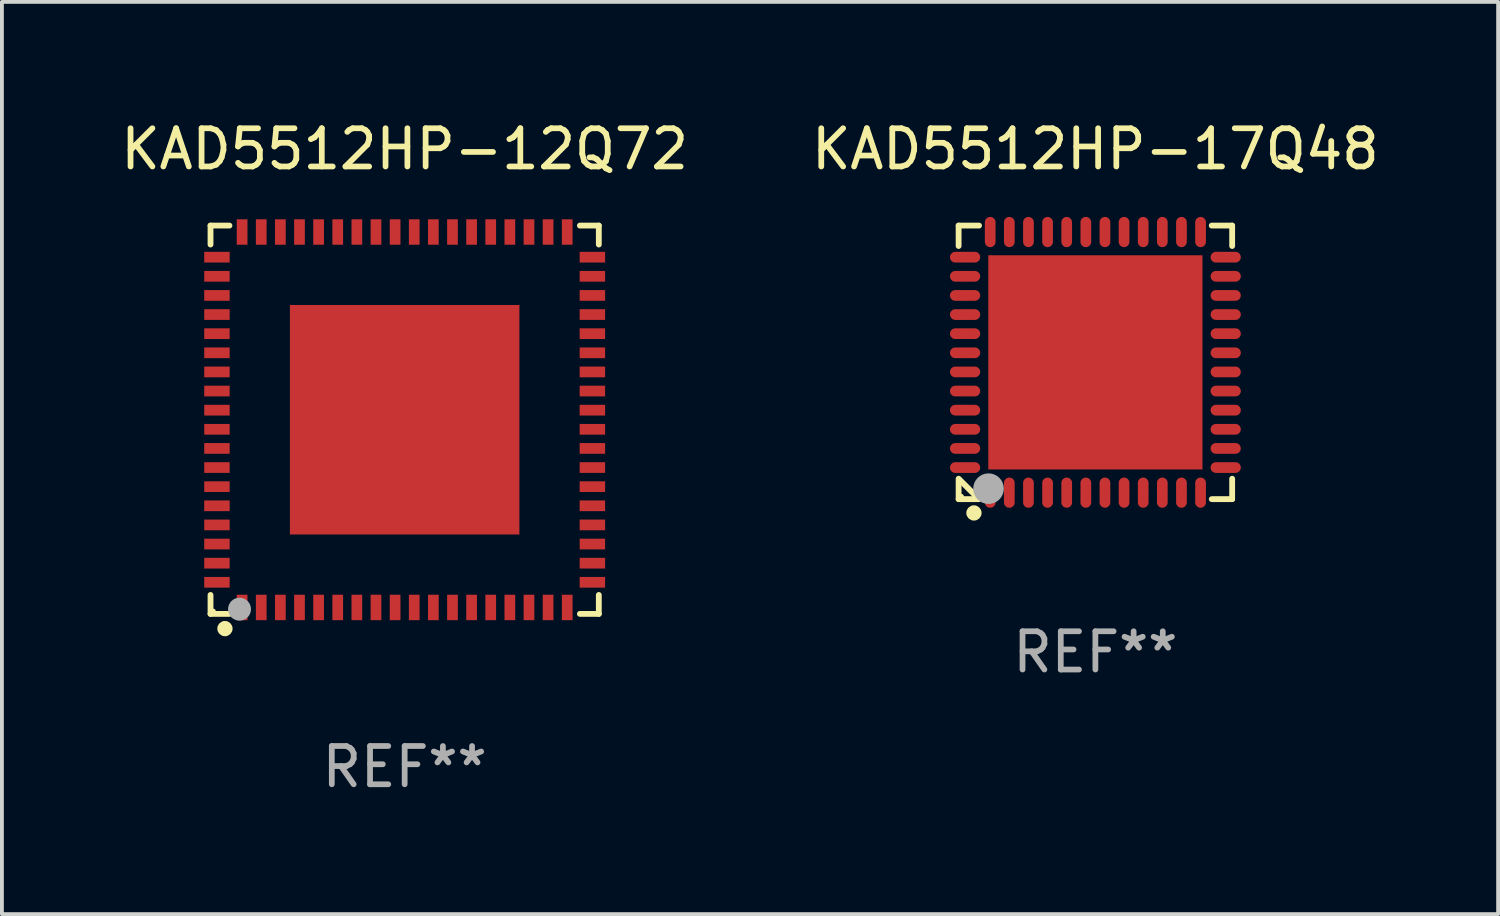
<source format=kicad_pcb>
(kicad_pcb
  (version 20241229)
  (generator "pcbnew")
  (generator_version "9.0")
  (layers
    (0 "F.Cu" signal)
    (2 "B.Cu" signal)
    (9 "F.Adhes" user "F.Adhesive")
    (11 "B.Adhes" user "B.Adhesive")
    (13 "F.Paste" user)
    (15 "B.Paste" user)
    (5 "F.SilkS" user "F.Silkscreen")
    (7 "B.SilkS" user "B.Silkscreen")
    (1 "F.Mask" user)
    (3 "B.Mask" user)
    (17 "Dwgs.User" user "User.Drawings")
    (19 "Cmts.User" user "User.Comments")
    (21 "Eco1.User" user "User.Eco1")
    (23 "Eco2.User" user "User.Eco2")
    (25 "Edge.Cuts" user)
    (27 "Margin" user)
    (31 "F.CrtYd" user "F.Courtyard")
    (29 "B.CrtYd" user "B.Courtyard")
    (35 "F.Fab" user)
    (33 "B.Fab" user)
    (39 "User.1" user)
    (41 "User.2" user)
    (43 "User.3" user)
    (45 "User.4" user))
  (footprint "KAD5512HP-12Q72"
    (layer "F.Cu")
    (at 7.53 7.924)
    (property "Reference" "KAD5512HP-12Q72" (at 0 -7.076 0) (layer "F.SilkS") (effects (font (size 1 1) (thickness 0.15))))
    (attr through_hole)
    (fp_line (start -5.076 -5.076) (end -4.581 -5.076) (stroke (width 0.152) (type solid)) (layer "F.SilkS"))
    (fp_line (start -5.076 -4.581) (end -5.076 -5.076) (stroke (width 0.152) (type solid)) (layer "F.SilkS"))
    (fp_line (start -5.076 4.581) (end -5.076 5.076) (stroke (width 0.152) (type solid)) (layer "F.SilkS"))
    (fp_line (start -5.076 5.076) (end -4.581 5.076) (stroke (width 0.152) (type solid)) (layer "F.SilkS"))
    (fp_line (start 5.076 -5.076) (end 4.581 -5.076) (stroke (width 0.152) (type solid)) (layer "F.SilkS"))
    (fp_line (start 5.076 -4.581) (end 5.076 -5.076) (stroke (width 0.152) (type solid)) (layer "F.SilkS"))
    (fp_line (start 5.076 4.581) (end 5.076 5.076) (stroke (width 0.152) (type solid)) (layer "F.SilkS"))
    (fp_line (start 5.076 5.076) (end 4.581 5.076) (stroke (width 0.152) (type solid)) (layer "F.SilkS"))
    (fp_circle (center -5 5) (end -4.97 5) (stroke (width 0.06) (type solid)) (fill no) (layer "F.SilkS"))
    (fp_circle (center -4.699 5.461) (end -4.599 5.461) (stroke (width 0.2) (type solid)) (fill no) (layer "F.SilkS"))
    (fp_circle (center -4.318 4.953) (end -4.168 4.953) (stroke (width 0.3) (type solid)) (fill no) (layer "F.Fab"))
    (fp_text user "REF**" (at 0 9.076 0) (layer "F.Fab") (effects (font (size 1 1) (thickness 0.15))))
    (pad "1" smd rect (at -4.25 4.908) (size 0.28 0.665) (layers "F.Cu" "F.Mask" "F.Paste"))
    (pad "2" smd rect (at -3.75 4.908) (size 0.28 0.665) (layers "F.Cu" "F.Mask" "F.Paste"))
    (pad "3" smd rect (at -3.25 4.908) (size 0.28 0.665) (layers "F.Cu" "F.Mask" "F.Paste"))
    (pad "4" smd rect (at -2.75 4.908) (size 0.28 0.665) (layers "F.Cu" "F.Mask" "F.Paste"))
    (pad "5" smd rect (at -2.25 4.908) (size 0.28 0.665) (layers "F.Cu" "F.Mask" "F.Paste"))
    (pad "6" smd rect (at -1.75 4.908) (size 0.28 0.665) (layers "F.Cu" "F.Mask" "F.Paste"))
    (pad "7" smd rect (at -1.25 4.908) (size 0.28 0.665) (layers "F.Cu" "F.Mask" "F.Paste"))
    (pad "8" smd rect (at -0.75 4.908) (size 0.28 0.665) (layers "F.Cu" "F.Mask" "F.Paste"))
    (pad "9" smd rect (at -0.25 4.908) (size 0.28 0.665) (layers "F.Cu" "F.Mask" "F.Paste"))
    (pad "10" smd rect (at 0.25 4.908) (size 0.28 0.665) (layers "F.Cu" "F.Mask" "F.Paste"))
    (pad "11" smd rect (at 0.75 4.908) (size 0.28 0.665) (layers "F.Cu" "F.Mask" "F.Paste"))
    (pad "12" smd rect (at 1.25 4.908) (size 0.28 0.665) (layers "F.Cu" "F.Mask" "F.Paste"))
    (pad "13" smd rect (at 1.75 4.908) (size 0.28 0.665) (layers "F.Cu" "F.Mask" "F.Paste"))
    (pad "14" smd rect (at 2.25 4.908) (size 0.28 0.665) (layers "F.Cu" "F.Mask" "F.Paste"))
    (pad "15" smd rect (at 2.75 4.908) (size 0.28 0.665) (layers "F.Cu" "F.Mask" "F.Paste"))
    (pad "16" smd rect (at 3.25 4.908) (size 0.28 0.665) (layers "F.Cu" "F.Mask" "F.Paste"))
    (pad "17" smd rect (at 3.75 4.908) (size 0.28 0.665) (layers "F.Cu" "F.Mask" "F.Paste"))
    (pad "18" smd rect (at 4.25 4.908) (size 0.28 0.665) (layers "F.Cu" "F.Mask" "F.Paste"))
    (pad "19" smd rect (at 4.908 4.25) (size 0.665 0.28) (layers "F.Cu" "F.Mask" "F.Paste"))
    (pad "20" smd rect (at 4.908 3.75) (size 0.665 0.28) (layers "F.Cu" "F.Mask" "F.Paste"))
    (pad "21" smd rect (at 4.908 3.25) (size 0.665 0.28) (layers "F.Cu" "F.Mask" "F.Paste"))
    (pad "22" smd rect (at 4.908 2.75) (size 0.665 0.28) (layers "F.Cu" "F.Mask" "F.Paste"))
    (pad "23" smd rect (at 4.908 2.25) (size 0.665 0.28) (layers "F.Cu" "F.Mask" "F.Paste"))
    (pad "24" smd rect (at 4.908 1.75) (size 0.665 0.28) (layers "F.Cu" "F.Mask" "F.Paste"))
    (pad "25" smd rect (at 4.908 1.25) (size 0.665 0.28) (layers "F.Cu" "F.Mask" "F.Paste"))
    (pad "26" smd rect (at 4.908 0.75) (size 0.665 0.28) (layers "F.Cu" "F.Mask" "F.Paste"))
    (pad "27" smd rect (at 4.908 0.25) (size 0.665 0.28) (layers "F.Cu" "F.Mask" "F.Paste"))
    (pad "28" smd rect (at 4.908 -0.25) (size 0.665 0.28) (layers "F.Cu" "F.Mask" "F.Paste"))
    (pad "29" smd rect (at 4.908 -0.75) (size 0.665 0.28) (layers "F.Cu" "F.Mask" "F.Paste"))
    (pad "30" smd rect (at 4.908 -1.25) (size 0.665 0.28) (layers "F.Cu" "F.Mask" "F.Paste"))
    (pad "31" smd rect (at 4.908 -1.75) (size 0.665 0.28) (layers "F.Cu" "F.Mask" "F.Paste"))
    (pad "32" smd rect (at 4.908 -2.25) (size 0.665 0.28) (layers "F.Cu" "F.Mask" "F.Paste"))
    (pad "33" smd rect (at 4.908 -2.75) (size 0.665 0.28) (layers "F.Cu" "F.Mask" "F.Paste"))
    (pad "34" smd rect (at 4.908 -3.25) (size 0.665 0.28) (layers "F.Cu" "F.Mask" "F.Paste"))
    (pad "35" smd rect (at 4.908 -3.75) (size 0.665 0.28) (layers "F.Cu" "F.Mask" "F.Paste"))
    (pad "36" smd rect (at 4.908 -4.25) (size 0.665 0.28) (layers "F.Cu" "F.Mask" "F.Paste"))
    (pad "37" smd rect (at 4.25 -4.908) (size 0.28 0.665) (layers "F.Cu" "F.Mask" "F.Paste"))
    (pad "38" smd rect (at 3.75 -4.908) (size 0.28 0.665) (layers "F.Cu" "F.Mask" "F.Paste"))
    (pad "39" smd rect (at 3.25 -4.908) (size 0.28 0.665) (layers "F.Cu" "F.Mask" "F.Paste"))
    (pad "40" smd rect (at 2.75 -4.908) (size 0.28 0.665) (layers "F.Cu" "F.Mask" "F.Paste"))
    (pad "41" smd rect (at 2.25 -4.908) (size 0.28 0.665) (layers "F.Cu" "F.Mask" "F.Paste"))
    (pad "42" smd rect (at 1.75 -4.908) (size 0.28 0.665) (layers "F.Cu" "F.Mask" "F.Paste"))
    (pad "43" smd rect (at 1.25 -4.908) (size 0.28 0.665) (layers "F.Cu" "F.Mask" "F.Paste"))
    (pad "44" smd rect (at 0.75 -4.908) (size 0.28 0.665) (layers "F.Cu" "F.Mask" "F.Paste"))
    (pad "45" smd rect (at 0.25 -4.908) (size 0.28 0.665) (layers "F.Cu" "F.Mask" "F.Paste"))
    (pad "46" smd rect (at -0.25 -4.908) (size 0.28 0.665) (layers "F.Cu" "F.Mask" "F.Paste"))
    (pad "47" smd rect (at -0.75 -4.908) (size 0.28 0.665) (layers "F.Cu" "F.Mask" "F.Paste"))
    (pad "48" smd rect (at -1.25 -4.908) (size 0.28 0.665) (layers "F.Cu" "F.Mask" "F.Paste"))
    (pad "49" smd rect (at -1.75 -4.908) (size 0.28 0.665) (layers "F.Cu" "F.Mask" "F.Paste"))
    (pad "50" smd rect (at -2.25 -4.908) (size 0.28 0.665) (layers "F.Cu" "F.Mask" "F.Paste"))
    (pad "51" smd rect (at -2.75 -4.908) (size 0.28 0.665) (layers "F.Cu" "F.Mask" "F.Paste"))
    (pad "52" smd rect (at -3.25 -4.908) (size 0.28 0.665) (layers "F.Cu" "F.Mask" "F.Paste"))
    (pad "53" smd rect (at -3.75 -4.908) (size 0.28 0.665) (layers "F.Cu" "F.Mask" "F.Paste"))
    (pad "54" smd rect (at -4.25 -4.908) (size 0.28 0.665) (layers "F.Cu" "F.Mask" "F.Paste"))
    (pad "55" smd rect (at -4.908 -4.25) (size 0.665 0.28) (layers "F.Cu" "F.Mask" "F.Paste"))
    (pad "56" smd rect (at -4.908 -3.75) (size 0.665 0.28) (layers "F.Cu" "F.Mask" "F.Paste"))
    (pad "57" smd rect (at -4.908 -3.25) (size 0.665 0.28) (layers "F.Cu" "F.Mask" "F.Paste"))
    (pad "58" smd rect (at -4.908 -2.75) (size 0.665 0.28) (layers "F.Cu" "F.Mask" "F.Paste"))
    (pad "59" smd rect (at -4.908 -2.25) (size 0.665 0.28) (layers "F.Cu" "F.Mask" "F.Paste"))
    (pad "60" smd rect (at -4.908 -1.75) (size 0.665 0.28) (layers "F.Cu" "F.Mask" "F.Paste"))
    (pad "61" smd rect (at -4.908 -1.25) (size 0.665 0.28) (layers "F.Cu" "F.Mask" "F.Paste"))
    (pad "62" smd rect (at -4.908 -0.75) (size 0.665 0.28) (layers "F.Cu" "F.Mask" "F.Paste"))
    (pad "63" smd rect (at -4.908 -0.25) (size 0.665 0.28) (layers "F.Cu" "F.Mask" "F.Paste"))
    (pad "64" smd rect (at -4.908 0.25) (size 0.665 0.28) (layers "F.Cu" "F.Mask" "F.Paste"))
    (pad "65" smd rect (at -4.908 0.75) (size 0.665 0.28) (layers "F.Cu" "F.Mask" "F.Paste"))
    (pad "66" smd rect (at -4.908 1.25) (size 0.665 0.28) (layers "F.Cu" "F.Mask" "F.Paste"))
    (pad "67" smd rect (at -4.908 1.75) (size 0.665 0.28) (layers "F.Cu" "F.Mask" "F.Paste"))
    (pad "68" smd rect (at -4.908 2.25) (size 0.665 0.28) (layers "F.Cu" "F.Mask" "F.Paste"))
    (pad "69" smd rect (at -4.908 2.75) (size 0.665 0.28) (layers "F.Cu" "F.Mask" "F.Paste"))
    (pad "70" smd rect (at -4.908 3.25) (size 0.665 0.28) (layers "F.Cu" "F.Mask" "F.Paste"))
    (pad "71" smd rect (at -4.908 3.75) (size 0.665 0.28) (layers "F.Cu" "F.Mask" "F.Paste"))
    (pad "72" smd rect (at -4.908 4.25) (size 0.665 0.28) (layers "F.Cu" "F.Mask" "F.Paste"))
    (pad "73" smd rect (at 0 0) (size 6 6) (layers "F.Cu" "F.Mask" "F.Paste")))
  (footprint "KAD5512HP-17Q48"
    (layer "F.Cu")
    (at 25.589 6.424)
    (property "Reference" "KAD5512HP-17Q48" (at 0 -5.576 0) (layer "F.SilkS") (effects (font (size 1 1) (thickness 0.15))))
    (attr through_hole)
    (fp_line (start -3.576 -3.576) (end -3.576 -3.042) (stroke (width 0.152) (type solid)) (layer "F.SilkS"))
    (fp_line (start -3.576 3.576) (end -3.576 3.042) (stroke (width 0.152) (type solid)) (layer "F.SilkS"))
    (fp_line (start -3.069 3.549) (end -3.549 3.069) (stroke (width 0.152) (type solid)) (layer "F.SilkS"))
    (fp_line (start -3.042 -3.576) (end -3.576 -3.576) (stroke (width 0.152) (type solid)) (layer "F.SilkS"))
    (fp_line (start -3.042 3.576) (end -3.576 3.576) (stroke (width 0.152) (type solid)) (layer "F.SilkS"))
    (fp_line (start 3.042 -3.576) (end 3.576 -3.576) (stroke (width 0.152) (type solid)) (layer "F.SilkS"))
    (fp_line (start 3.042 3.576) (end 3.576 3.576) (stroke (width 0.152) (type solid)) (layer "F.SilkS"))
    (fp_line (start 3.576 -3.576) (end 3.576 -3.042) (stroke (width 0.152) (type solid)) (layer "F.SilkS"))
    (fp_line (start 3.576 3.576) (end 3.576 3.042) (stroke (width 0.152) (type solid)) (layer "F.SilkS"))
    (fp_circle (center -3.5 3.5) (end -3.47 3.5) (stroke (width 0.06) (type solid)) (fill no) (layer "F.SilkS"))
    (fp_circle (center -3.175 3.937) (end -3.075 3.937) (stroke (width 0.2) (type solid)) (fill no) (layer "F.SilkS"))
    (fp_circle (center -2.794 3.302) (end -2.594 3.302) (stroke (width 0.4) (type solid)) (fill no) (layer "F.Fab"))
    (fp_text user "REF**" (at 0 7.576 0) (layer "F.Fab") (effects (font (size 1 1) (thickness 0.15))))
    (pad "1" smd oval (at -2.75 3.407) (size 0.28 0.79) (layers "F.Cu" "F.Mask" "F.Paste"))
    (pad "2" smd oval (at -2.25 3.407) (size 0.28 0.79) (layers "F.Cu" "F.Mask" "F.Paste"))
    (pad "3" smd oval (at -1.75 3.407) (size 0.28 0.79) (layers "F.Cu" "F.Mask" "F.Paste"))
    (pad "4" smd oval (at -1.25 3.407) (size 0.28 0.79) (layers "F.Cu" "F.Mask" "F.Paste"))
    (pad "5" smd oval (at -0.75 3.407) (size 0.28 0.79) (layers "F.Cu" "F.Mask" "F.Paste"))
    (pad "6" smd oval (at -0.25 3.407) (size 0.28 0.79) (layers "F.Cu" "F.Mask" "F.Paste"))
    (pad "7" smd oval (at 0.25 3.407) (size 0.28 0.79) (layers "F.Cu" "F.Mask" "F.Paste"))
    (pad "8" smd oval (at 0.75 3.407) (size 0.28 0.79) (layers "F.Cu" "F.Mask" "F.Paste"))
    (pad "9" smd oval (at 1.25 3.407) (size 0.28 0.79) (layers "F.Cu" "F.Mask" "F.Paste"))
    (pad "10" smd oval (at 1.75 3.407) (size 0.28 0.79) (layers "F.Cu" "F.Mask" "F.Paste"))
    (pad "11" smd oval (at 2.25 3.407) (size 0.28 0.79) (layers "F.Cu" "F.Mask" "F.Paste"))
    (pad "12" smd oval (at 2.75 3.407) (size 0.28 0.79) (layers "F.Cu" "F.Mask" "F.Paste"))
    (pad "13" smd oval (at 3.407 2.75) (size 0.79 0.28) (layers "F.Cu" "F.Mask" "F.Paste"))
    (pad "14" smd oval (at 3.407 2.25) (size 0.79 0.28) (layers "F.Cu" "F.Mask" "F.Paste"))
    (pad "15" smd oval (at 3.407 1.75) (size 0.79 0.28) (layers "F.Cu" "F.Mask" "F.Paste"))
    (pad "16" smd oval (at 3.407 1.25) (size 0.79 0.28) (layers "F.Cu" "F.Mask" "F.Paste"))
    (pad "17" smd oval (at 3.407 0.75) (size 0.79 0.28) (layers "F.Cu" "F.Mask" "F.Paste"))
    (pad "18" smd oval (at 3.407 0.25) (size 0.79 0.28) (layers "F.Cu" "F.Mask" "F.Paste"))
    (pad "19" smd oval (at 3.407 -0.25) (size 0.79 0.28) (layers "F.Cu" "F.Mask" "F.Paste"))
    (pad "20" smd oval (at 3.407 -0.75) (size 0.79 0.28) (layers "F.Cu" "F.Mask" "F.Paste"))
    (pad "21" smd oval (at 3.407 -1.25) (size 0.79 0.28) (layers "F.Cu" "F.Mask" "F.Paste"))
    (pad "22" smd oval (at 3.407 -1.75) (size 0.79 0.28) (layers "F.Cu" "F.Mask" "F.Paste"))
    (pad "23" smd oval (at 3.407 -2.25) (size 0.79 0.28) (layers "F.Cu" "F.Mask" "F.Paste"))
    (pad "24" smd oval (at 3.407 -2.75) (size 0.79 0.28) (layers "F.Cu" "F.Mask" "F.Paste"))
    (pad "25" smd oval (at 2.75 -3.407) (size 0.28 0.79) (layers "F.Cu" "F.Mask" "F.Paste"))
    (pad "26" smd oval (at 2.25 -3.407) (size 0.28 0.79) (layers "F.Cu" "F.Mask" "F.Paste"))
    (pad "27" smd oval (at 1.75 -3.407) (size 0.28 0.79) (layers "F.Cu" "F.Mask" "F.Paste"))
    (pad "28" smd oval (at 1.25 -3.407) (size 0.28 0.79) (layers "F.Cu" "F.Mask" "F.Paste"))
    (pad "29" smd oval (at 0.75 -3.407) (size 0.28 0.79) (layers "F.Cu" "F.Mask" "F.Paste"))
    (pad "30" smd oval (at 0.25 -3.407) (size 0.28 0.79) (layers "F.Cu" "F.Mask" "F.Paste"))
    (pad "31" smd oval (at -0.25 -3.407) (size 0.28 0.79) (layers "F.Cu" "F.Mask" "F.Paste"))
    (pad "32" smd oval (at -0.75 -3.407) (size 0.28 0.79) (layers "F.Cu" "F.Mask" "F.Paste"))
    (pad "33" smd oval (at -1.25 -3.407) (size 0.28 0.79) (layers "F.Cu" "F.Mask" "F.Paste"))
    (pad "34" smd oval (at -1.75 -3.407) (size 0.28 0.79) (layers "F.Cu" "F.Mask" "F.Paste"))
    (pad "35" smd oval (at -2.25 -3.407) (size 0.28 0.79) (layers "F.Cu" "F.Mask" "F.Paste"))
    (pad "36" smd oval (at -2.75 -3.407) (size 0.28 0.79) (layers "F.Cu" "F.Mask" "F.Paste"))
    (pad "37" smd oval (at -3.407 -2.75) (size 0.79 0.28) (layers "F.Cu" "F.Mask" "F.Paste"))
    (pad "38" smd oval (at -3.407 -2.25) (size 0.79 0.28) (layers "F.Cu" "F.Mask" "F.Paste"))
    (pad "39" smd oval (at -3.407 -1.75) (size 0.79 0.28) (layers "F.Cu" "F.Mask" "F.Paste"))
    (pad "40" smd oval (at -3.407 -1.25) (size 0.79 0.28) (layers "F.Cu" "F.Mask" "F.Paste"))
    (pad "41" smd oval (at -3.407 -0.75) (size 0.79 0.28) (layers "F.Cu" "F.Mask" "F.Paste"))
    (pad "42" smd oval (at -3.407 -0.25) (size 0.79 0.28) (layers "F.Cu" "F.Mask" "F.Paste"))
    (pad "43" smd oval (at -3.407 0.25) (size 0.79 0.28) (layers "F.Cu" "F.Mask" "F.Paste"))
    (pad "44" smd oval (at -3.407 0.75) (size 0.79 0.28) (layers "F.Cu" "F.Mask" "F.Paste"))
    (pad "45" smd oval (at -3.407 1.25) (size 0.79 0.28) (layers "F.Cu" "F.Mask" "F.Paste"))
    (pad "46" smd oval (at -3.407 1.75) (size 0.79 0.28) (layers "F.Cu" "F.Mask" "F.Paste"))
    (pad "47" smd oval (at -3.407 2.25) (size 0.79 0.28) (layers "F.Cu" "F.Mask" "F.Paste"))
    (pad "48" smd oval (at -3.407 2.75) (size 0.79 0.28) (layers "F.Cu" "F.Mask" "F.Paste"))
    (pad "49" smd rect (at 0 0) (size 5.6 5.6) (layers "F.Cu" "F.Mask" "F.Paste")))
  (gr_rect
    (start -3 -3)
    (end 36.119 20.849)
    (stroke (width 0.1) (type default))
    (fill no)
    (layer "Edge.Cuts")))
</source>
